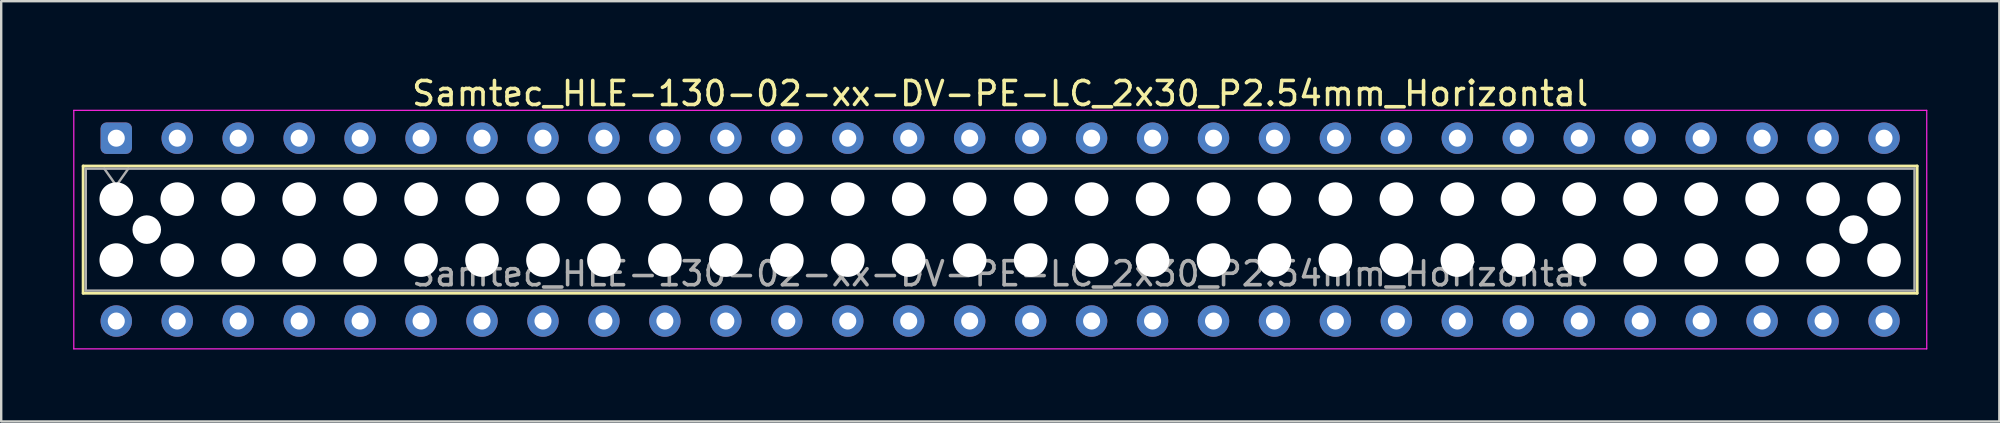
<source format=kicad_pcb>
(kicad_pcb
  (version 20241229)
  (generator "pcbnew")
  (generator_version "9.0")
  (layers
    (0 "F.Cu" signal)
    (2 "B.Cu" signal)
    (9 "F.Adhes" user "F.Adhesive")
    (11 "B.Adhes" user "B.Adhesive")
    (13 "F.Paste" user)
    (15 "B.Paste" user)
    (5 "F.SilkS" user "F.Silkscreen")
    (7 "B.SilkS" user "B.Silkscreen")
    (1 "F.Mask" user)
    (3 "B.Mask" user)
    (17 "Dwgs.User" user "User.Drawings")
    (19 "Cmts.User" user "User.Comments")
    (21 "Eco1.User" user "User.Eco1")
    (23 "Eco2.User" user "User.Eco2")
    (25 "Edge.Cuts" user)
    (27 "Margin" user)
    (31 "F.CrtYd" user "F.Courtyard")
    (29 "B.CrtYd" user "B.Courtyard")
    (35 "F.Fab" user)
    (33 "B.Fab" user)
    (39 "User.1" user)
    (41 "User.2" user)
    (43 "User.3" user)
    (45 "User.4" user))
  (footprint "Samtec_HLE-130-02-xx-DV-PE-LC_2x30_P2.54mm_Horizontal"
    (layer "F.Cu")
    (at 1.795 2.708)
    (property "Reference" "Samtec_HLE-130-02-xx-DV-PE-LC_2x30_P2.54mm_Horizontal" (at 36.83 -1.86 0) (layer "F.SilkS") (effects (font (size 1 1) (thickness 0.15))))
    (attr through_hole)
    (fp_line (start -1.38 1.16) (end 75.04 1.16) (stroke (width 0.12) (type solid)) (layer "F.SilkS"))
    (fp_line (start -1.38 6.46) (end -1.38 1.16) (stroke (width 0.12) (type solid)) (layer "F.SilkS"))
    (fp_line (start 75.04 1.16) (end 75.04 6.46) (stroke (width 0.12) (type solid)) (layer "F.SilkS"))
    (fp_line (start 75.04 6.46) (end -1.38 6.46) (stroke (width 0.12) (type solid)) (layer "F.SilkS"))
    (fp_line (start -1.77 -1.16) (end 75.44 -1.16) (stroke (width 0.05) (type solid)) (layer "F.CrtYd"))
    (fp_line (start -1.77 8.78) (end -1.77 -1.16) (stroke (width 0.05) (type solid)) (layer "F.CrtYd"))
    (fp_line (start 75.44 -1.16) (end 75.44 8.78) (stroke (width 0.05) (type solid)) (layer "F.CrtYd"))
    (fp_line (start 75.44 8.78) (end -1.77 8.78) (stroke (width 0.05) (type solid)) (layer "F.CrtYd"))
    (fp_line (start -1.27 1.27) (end 74.93 1.27) (stroke (width 0.1) (type solid)) (layer "F.Fab"))
    (fp_line (start -1.27 6.35) (end -1.27 1.27) (stroke (width 0.1) (type solid)) (layer "F.Fab"))
    (fp_line (start -0.5 1.27) (end 0 1.977) (stroke (width 0.1) (type solid)) (layer "F.Fab"))
    (fp_line (start 0 1.977) (end 0.5 1.27) (stroke (width 0.1) (type solid)) (layer "F.Fab"))
    (fp_line (start 74.93 1.27) (end 74.93 6.35) (stroke (width 0.1) (type solid)) (layer "F.Fab"))
    (fp_line (start 74.93 6.35) (end -1.27 6.35) (stroke (width 0.1) (type solid)) (layer "F.Fab"))
    (fp_text user "${REFERENCE}" (at 36.83 5.65 0) (layer "F.Fab") (effects (font (size 1 1) (thickness 0.15))))
    (pad "" np_thru_hole circle (at 0 2.54) (size 1.4 1.4) (drill 1.4) (layers "*.Cu" "*.Mask"))
    (pad "" np_thru_hole circle (at 0 5.08) (size 1.4 1.4) (drill 1.4) (layers "*.Cu" "*.Mask"))
    (pad "" np_thru_hole circle (at 1.27 3.81) (size 1.19 1.19) (drill 1.19) (layers "*.Cu" "*.Mask"))
    (pad "" np_thru_hole circle (at 2.54 2.54) (size 1.4 1.4) (drill 1.4) (layers "*.Cu" "*.Mask"))
    (pad "" np_thru_hole circle (at 2.54 5.08) (size 1.4 1.4) (drill 1.4) (layers "*.Cu" "*.Mask"))
    (pad "" np_thru_hole circle (at 5.08 2.54) (size 1.4 1.4) (drill 1.4) (layers "*.Cu" "*.Mask"))
    (pad "" np_thru_hole circle (at 5.08 5.08) (size 1.4 1.4) (drill 1.4) (layers "*.Cu" "*.Mask"))
    (pad "" np_thru_hole circle (at 7.62 2.54) (size 1.4 1.4) (drill 1.4) (layers "*.Cu" "*.Mask"))
    (pad "" np_thru_hole circle (at 7.62 5.08) (size 1.4 1.4) (drill 1.4) (layers "*.Cu" "*.Mask"))
    (pad "" np_thru_hole circle (at 10.16 2.54) (size 1.4 1.4) (drill 1.4) (layers "*.Cu" "*.Mask"))
    (pad "" np_thru_hole circle (at 10.16 5.08) (size 1.4 1.4) (drill 1.4) (layers "*.Cu" "*.Mask"))
    (pad "" np_thru_hole circle (at 12.7 2.54) (size 1.4 1.4) (drill 1.4) (layers "*.Cu" "*.Mask"))
    (pad "" np_thru_hole circle (at 12.7 5.08) (size 1.4 1.4) (drill 1.4) (layers "*.Cu" "*.Mask"))
    (pad "" np_thru_hole circle (at 15.24 2.54) (size 1.4 1.4) (drill 1.4) (layers "*.Cu" "*.Mask"))
    (pad "" np_thru_hole circle (at 15.24 5.08) (size 1.4 1.4) (drill 1.4) (layers "*.Cu" "*.Mask"))
    (pad "" np_thru_hole circle (at 17.78 2.54) (size 1.4 1.4) (drill 1.4) (layers "*.Cu" "*.Mask"))
    (pad "" np_thru_hole circle (at 17.78 5.08) (size 1.4 1.4) (drill 1.4) (layers "*.Cu" "*.Mask"))
    (pad "" np_thru_hole circle (at 20.32 2.54) (size 1.4 1.4) (drill 1.4) (layers "*.Cu" "*.Mask"))
    (pad "" np_thru_hole circle (at 20.32 5.08) (size 1.4 1.4) (drill 1.4) (layers "*.Cu" "*.Mask"))
    (pad "" np_thru_hole circle (at 22.86 2.54) (size 1.4 1.4) (drill 1.4) (layers "*.Cu" "*.Mask"))
    (pad "" np_thru_hole circle (at 22.86 5.08) (size 1.4 1.4) (drill 1.4) (layers "*.Cu" "*.Mask"))
    (pad "" np_thru_hole circle (at 25.4 2.54) (size 1.4 1.4) (drill 1.4) (layers "*.Cu" "*.Mask"))
    (pad "" np_thru_hole circle (at 25.4 5.08) (size 1.4 1.4) (drill 1.4) (layers "*.Cu" "*.Mask"))
    (pad "" np_thru_hole circle (at 27.94 2.54) (size 1.4 1.4) (drill 1.4) (layers "*.Cu" "*.Mask"))
    (pad "" np_thru_hole circle (at 27.94 5.08) (size 1.4 1.4) (drill 1.4) (layers "*.Cu" "*.Mask"))
    (pad "" np_thru_hole circle (at 30.48 2.54) (size 1.4 1.4) (drill 1.4) (layers "*.Cu" "*.Mask"))
    (pad "" np_thru_hole circle (at 30.48 5.08) (size 1.4 1.4) (drill 1.4) (layers "*.Cu" "*.Mask"))
    (pad "" np_thru_hole circle (at 33.02 2.54) (size 1.4 1.4) (drill 1.4) (layers "*.Cu" "*.Mask"))
    (pad "" np_thru_hole circle (at 33.02 5.08) (size 1.4 1.4) (drill 1.4) (layers "*.Cu" "*.Mask"))
    (pad "" np_thru_hole circle (at 35.56 2.54) (size 1.4 1.4) (drill 1.4) (layers "*.Cu" "*.Mask"))
    (pad "" np_thru_hole circle (at 35.56 5.08) (size 1.4 1.4) (drill 1.4) (layers "*.Cu" "*.Mask"))
    (pad "" np_thru_hole circle (at 38.1 2.54) (size 1.4 1.4) (drill 1.4) (layers "*.Cu" "*.Mask"))
    (pad "" np_thru_hole circle (at 38.1 5.08) (size 1.4 1.4) (drill 1.4) (layers "*.Cu" "*.Mask"))
    (pad "" np_thru_hole circle (at 40.64 2.54) (size 1.4 1.4) (drill 1.4) (layers "*.Cu" "*.Mask"))
    (pad "" np_thru_hole circle (at 40.64 5.08) (size 1.4 1.4) (drill 1.4) (layers "*.Cu" "*.Mask"))
    (pad "" np_thru_hole circle (at 43.18 2.54) (size 1.4 1.4) (drill 1.4) (layers "*.Cu" "*.Mask"))
    (pad "" np_thru_hole circle (at 43.18 5.08) (size 1.4 1.4) (drill 1.4) (layers "*.Cu" "*.Mask"))
    (pad "" np_thru_hole circle (at 45.72 2.54) (size 1.4 1.4) (drill 1.4) (layers "*.Cu" "*.Mask"))
    (pad "" np_thru_hole circle (at 45.72 5.08) (size 1.4 1.4) (drill 1.4) (layers "*.Cu" "*.Mask"))
    (pad "" np_thru_hole circle (at 48.26 2.54) (size 1.4 1.4) (drill 1.4) (layers "*.Cu" "*.Mask"))
    (pad "" np_thru_hole circle (at 48.26 5.08) (size 1.4 1.4) (drill 1.4) (layers "*.Cu" "*.Mask"))
    (pad "" np_thru_hole circle (at 50.8 2.54) (size 1.4 1.4) (drill 1.4) (layers "*.Cu" "*.Mask"))
    (pad "" np_thru_hole circle (at 50.8 5.08) (size 1.4 1.4) (drill 1.4) (layers "*.Cu" "*.Mask"))
    (pad "" np_thru_hole circle (at 53.34 2.54) (size 1.4 1.4) (drill 1.4) (layers "*.Cu" "*.Mask"))
    (pad "" np_thru_hole circle (at 53.34 5.08) (size 1.4 1.4) (drill 1.4) (layers "*.Cu" "*.Mask"))
    (pad "" np_thru_hole circle (at 55.88 2.54) (size 1.4 1.4) (drill 1.4) (layers "*.Cu" "*.Mask"))
    (pad "" np_thru_hole circle (at 55.88 5.08) (size 1.4 1.4) (drill 1.4) (layers "*.Cu" "*.Mask"))
    (pad "" np_thru_hole circle (at 58.42 2.54) (size 1.4 1.4) (drill 1.4) (layers "*.Cu" "*.Mask"))
    (pad "" np_thru_hole circle (at 58.42 5.08) (size 1.4 1.4) (drill 1.4) (layers "*.Cu" "*.Mask"))
    (pad "" np_thru_hole circle (at 60.96 2.54) (size 1.4 1.4) (drill 1.4) (layers "*.Cu" "*.Mask"))
    (pad "" np_thru_hole circle (at 60.96 5.08) (size 1.4 1.4) (drill 1.4) (layers "*.Cu" "*.Mask"))
    (pad "" np_thru_hole circle (at 63.5 2.54) (size 1.4 1.4) (drill 1.4) (layers "*.Cu" "*.Mask"))
    (pad "" np_thru_hole circle (at 63.5 5.08) (size 1.4 1.4) (drill 1.4) (layers "*.Cu" "*.Mask"))
    (pad "" np_thru_hole circle (at 66.04 2.54) (size 1.4 1.4) (drill 1.4) (layers "*.Cu" "*.Mask"))
    (pad "" np_thru_hole circle (at 66.04 5.08) (size 1.4 1.4) (drill 1.4) (layers "*.Cu" "*.Mask"))
    (pad "" np_thru_hole circle (at 68.58 2.54) (size 1.4 1.4) (drill 1.4) (layers "*.Cu" "*.Mask"))
    (pad "" np_thru_hole circle (at 68.58 5.08) (size 1.4 1.4) (drill 1.4) (layers "*.Cu" "*.Mask"))
    (pad "" np_thru_hole circle (at 71.12 2.54) (size 1.4 1.4) (drill 1.4) (layers "*.Cu" "*.Mask"))
    (pad "" np_thru_hole circle (at 71.12 5.08) (size 1.4 1.4) (drill 1.4) (layers "*.Cu" "*.Mask"))
    (pad "" np_thru_hole circle (at 72.39 3.81) (size 1.19 1.19) (drill 1.19) (layers "*.Cu" "*.Mask"))
    (pad "" np_thru_hole circle (at 73.66 2.54) (size 1.4 1.4) (drill 1.4) (layers "*.Cu" "*.Mask"))
    (pad "" np_thru_hole circle (at 73.66 5.08) (size 1.4 1.4) (drill 1.4) (layers "*.Cu" "*.Mask"))
    (pad "1" thru_hole roundrect (at 0 0) (size 1.31 1.31) (drill 0.71) (layers "*.Cu" "*.Mask") (roundrect_rratio 0.191))
    (pad "2" thru_hole circle (at 0 7.62) (size 1.31 1.31) (drill 0.71) (layers "*.Cu" "*.Mask"))
    (pad "3" thru_hole circle (at 2.54 0) (size 1.31 1.31) (drill 0.71) (layers "*.Cu" "*.Mask"))
    (pad "4" thru_hole circle (at 2.54 7.62) (size 1.31 1.31) (drill 0.71) (layers "*.Cu" "*.Mask"))
    (pad "5" thru_hole circle (at 5.08 0) (size 1.31 1.31) (drill 0.71) (layers "*.Cu" "*.Mask"))
    (pad "6" thru_hole circle (at 5.08 7.62) (size 1.31 1.31) (drill 0.71) (layers "*.Cu" "*.Mask"))
    (pad "7" thru_hole circle (at 7.62 0) (size 1.31 1.31) (drill 0.71) (layers "*.Cu" "*.Mask"))
    (pad "8" thru_hole circle (at 7.62 7.62) (size 1.31 1.31) (drill 0.71) (layers "*.Cu" "*.Mask"))
    (pad "9" thru_hole circle (at 10.16 0) (size 1.31 1.31) (drill 0.71) (layers "*.Cu" "*.Mask"))
    (pad "10" thru_hole circle (at 10.16 7.62) (size 1.31 1.31) (drill 0.71) (layers "*.Cu" "*.Mask"))
    (pad "11" thru_hole circle (at 12.7 0) (size 1.31 1.31) (drill 0.71) (layers "*.Cu" "*.Mask"))
    (pad "12" thru_hole circle (at 12.7 7.62) (size 1.31 1.31) (drill 0.71) (layers "*.Cu" "*.Mask"))
    (pad "13" thru_hole circle (at 15.24 0) (size 1.31 1.31) (drill 0.71) (layers "*.Cu" "*.Mask"))
    (pad "14" thru_hole circle (at 15.24 7.62) (size 1.31 1.31) (drill 0.71) (layers "*.Cu" "*.Mask"))
    (pad "15" thru_hole circle (at 17.78 0) (size 1.31 1.31) (drill 0.71) (layers "*.Cu" "*.Mask"))
    (pad "16" thru_hole circle (at 17.78 7.62) (size 1.31 1.31) (drill 0.71) (layers "*.Cu" "*.Mask"))
    (pad "17" thru_hole circle (at 20.32 0) (size 1.31 1.31) (drill 0.71) (layers "*.Cu" "*.Mask"))
    (pad "18" thru_hole circle (at 20.32 7.62) (size 1.31 1.31) (drill 0.71) (layers "*.Cu" "*.Mask"))
    (pad "19" thru_hole circle (at 22.86 0) (size 1.31 1.31) (drill 0.71) (layers "*.Cu" "*.Mask"))
    (pad "20" thru_hole circle (at 22.86 7.62) (size 1.31 1.31) (drill 0.71) (layers "*.Cu" "*.Mask"))
    (pad "21" thru_hole circle (at 25.4 0) (size 1.31 1.31) (drill 0.71) (layers "*.Cu" "*.Mask"))
    (pad "22" thru_hole circle (at 25.4 7.62) (size 1.31 1.31) (drill 0.71) (layers "*.Cu" "*.Mask"))
    (pad "23" thru_hole circle (at 27.94 0) (size 1.31 1.31) (drill 0.71) (layers "*.Cu" "*.Mask"))
    (pad "24" thru_hole circle (at 27.94 7.62) (size 1.31 1.31) (drill 0.71) (layers "*.Cu" "*.Mask"))
    (pad "25" thru_hole circle (at 30.48 0) (size 1.31 1.31) (drill 0.71) (layers "*.Cu" "*.Mask"))
    (pad "26" thru_hole circle (at 30.48 7.62) (size 1.31 1.31) (drill 0.71) (layers "*.Cu" "*.Mask"))
    (pad "27" thru_hole circle (at 33.02 0) (size 1.31 1.31) (drill 0.71) (layers "*.Cu" "*.Mask"))
    (pad "28" thru_hole circle (at 33.02 7.62) (size 1.31 1.31) (drill 0.71) (layers "*.Cu" "*.Mask"))
    (pad "29" thru_hole circle (at 35.56 0) (size 1.31 1.31) (drill 0.71) (layers "*.Cu" "*.Mask"))
    (pad "30" thru_hole circle (at 35.56 7.62) (size 1.31 1.31) (drill 0.71) (layers "*.Cu" "*.Mask"))
    (pad "31" thru_hole circle (at 38.1 0) (size 1.31 1.31) (drill 0.71) (layers "*.Cu" "*.Mask"))
    (pad "32" thru_hole circle (at 38.1 7.62) (size 1.31 1.31) (drill 0.71) (layers "*.Cu" "*.Mask"))
    (pad "33" thru_hole circle (at 40.64 0) (size 1.31 1.31) (drill 0.71) (layers "*.Cu" "*.Mask"))
    (pad "34" thru_hole circle (at 40.64 7.62) (size 1.31 1.31) (drill 0.71) (layers "*.Cu" "*.Mask"))
    (pad "35" thru_hole circle (at 43.18 0) (size 1.31 1.31) (drill 0.71) (layers "*.Cu" "*.Mask"))
    (pad "36" thru_hole circle (at 43.18 7.62) (size 1.31 1.31) (drill 0.71) (layers "*.Cu" "*.Mask"))
    (pad "37" thru_hole circle (at 45.72 0) (size 1.31 1.31) (drill 0.71) (layers "*.Cu" "*.Mask"))
    (pad "38" thru_hole circle (at 45.72 7.62) (size 1.31 1.31) (drill 0.71) (layers "*.Cu" "*.Mask"))
    (pad "39" thru_hole circle (at 48.26 0) (size 1.31 1.31) (drill 0.71) (layers "*.Cu" "*.Mask"))
    (pad "40" thru_hole circle (at 48.26 7.62) (size 1.31 1.31) (drill 0.71) (layers "*.Cu" "*.Mask"))
    (pad "41" thru_hole circle (at 50.8 0) (size 1.31 1.31) (drill 0.71) (layers "*.Cu" "*.Mask"))
    (pad "42" thru_hole circle (at 50.8 7.62) (size 1.31 1.31) (drill 0.71) (layers "*.Cu" "*.Mask"))
    (pad "43" thru_hole circle (at 53.34 0) (size 1.31 1.31) (drill 0.71) (layers "*.Cu" "*.Mask"))
    (pad "44" thru_hole circle (at 53.34 7.62) (size 1.31 1.31) (drill 0.71) (layers "*.Cu" "*.Mask"))
    (pad "45" thru_hole circle (at 55.88 0) (size 1.31 1.31) (drill 0.71) (layers "*.Cu" "*.Mask"))
    (pad "46" thru_hole circle (at 55.88 7.62) (size 1.31 1.31) (drill 0.71) (layers "*.Cu" "*.Mask"))
    (pad "47" thru_hole circle (at 58.42 0) (size 1.31 1.31) (drill 0.71) (layers "*.Cu" "*.Mask"))
    (pad "48" thru_hole circle (at 58.42 7.62) (size 1.31 1.31) (drill 0.71) (layers "*.Cu" "*.Mask"))
    (pad "49" thru_hole circle (at 60.96 0) (size 1.31 1.31) (drill 0.71) (layers "*.Cu" "*.Mask"))
    (pad "50" thru_hole circle (at 60.96 7.62) (size 1.31 1.31) (drill 0.71) (layers "*.Cu" "*.Mask"))
    (pad "51" thru_hole circle (at 63.5 0) (size 1.31 1.31) (drill 0.71) (layers "*.Cu" "*.Mask"))
    (pad "52" thru_hole circle (at 63.5 7.62) (size 1.31 1.31) (drill 0.71) (layers "*.Cu" "*.Mask"))
    (pad "53" thru_hole circle (at 66.04 0) (size 1.31 1.31) (drill 0.71) (layers "*.Cu" "*.Mask"))
    (pad "54" thru_hole circle (at 66.04 7.62) (size 1.31 1.31) (drill 0.71) (layers "*.Cu" "*.Mask"))
    (pad "55" thru_hole circle (at 68.58 0) (size 1.31 1.31) (drill 0.71) (layers "*.Cu" "*.Mask"))
    (pad "56" thru_hole circle (at 68.58 7.62) (size 1.31 1.31) (drill 0.71) (layers "*.Cu" "*.Mask"))
    (pad "57" thru_hole circle (at 71.12 0) (size 1.31 1.31) (drill 0.71) (layers "*.Cu" "*.Mask"))
    (pad "58" thru_hole circle (at 71.12 7.62) (size 1.31 1.31) (drill 0.71) (layers "*.Cu" "*.Mask"))
    (pad "59" thru_hole circle (at 73.66 0) (size 1.31 1.31) (drill 0.71) (layers "*.Cu" "*.Mask"))
    (pad "60" thru_hole circle (at 73.66 7.62) (size 1.31 1.31) (drill 0.71) (layers "*.Cu" "*.Mask")))
  (gr_rect
    (start -3 -3)
    (end 80.26 14.513)
    (stroke (width 0.1) (type default))
    (fill no)
    (layer "Edge.Cuts")))
</source>
